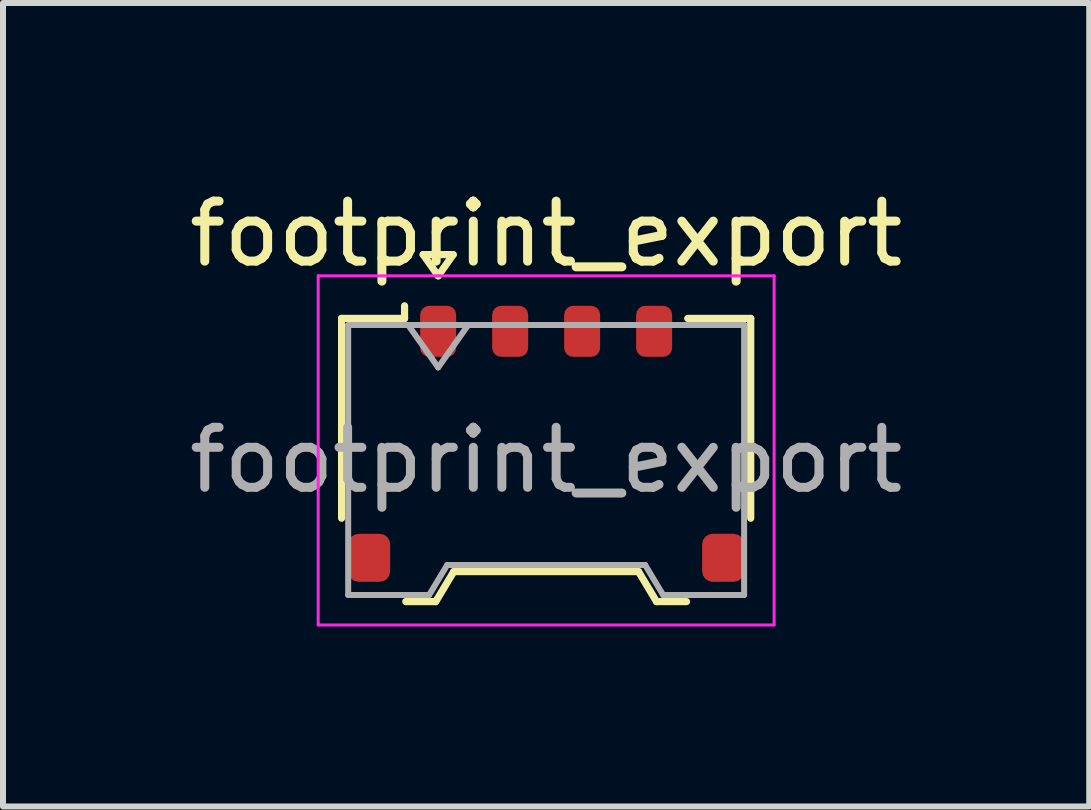
<source format=kicad_pcb>
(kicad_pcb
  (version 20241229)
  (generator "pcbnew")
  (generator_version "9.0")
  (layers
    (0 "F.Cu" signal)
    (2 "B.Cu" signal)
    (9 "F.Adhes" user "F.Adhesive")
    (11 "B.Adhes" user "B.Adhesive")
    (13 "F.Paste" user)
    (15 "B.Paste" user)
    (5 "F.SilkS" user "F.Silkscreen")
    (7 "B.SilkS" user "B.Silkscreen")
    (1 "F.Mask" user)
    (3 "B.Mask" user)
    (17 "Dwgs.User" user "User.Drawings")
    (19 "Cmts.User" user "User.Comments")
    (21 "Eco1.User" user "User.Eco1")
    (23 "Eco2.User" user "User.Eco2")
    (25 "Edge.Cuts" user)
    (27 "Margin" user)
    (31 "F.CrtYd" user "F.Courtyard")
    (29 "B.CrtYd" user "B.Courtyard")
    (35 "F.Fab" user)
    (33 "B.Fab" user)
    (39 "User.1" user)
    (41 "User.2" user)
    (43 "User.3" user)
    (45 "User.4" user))
  (footprint "footprint_export"
    (layer "F.Cu")
    (at 6.054 4.348)
    (property "Reference" "footprint_export" (at 0 -3.5 0) (layer "F.SilkS") (effects (font (size 1 1) (thickness 0.15))))
    (attr smd)
    (fp_line (start -3.41 -2.09) (end -2.36 -2.09) (stroke (width 0.12) (type solid)) (layer "F.SilkS"))
    (fp_line (start -3.41 1.24) (end -3.41 -2.09) (stroke (width 0.12) (type solid)) (layer "F.SilkS"))
    (fp_line (start -2.36 -2.09) (end -2.36 -2.3) (stroke (width 0.12) (type solid)) (layer "F.SilkS"))
    (fp_line (start -2.34 2.63) (end -1.84 2.63) (stroke (width 0.12) (type solid)) (layer "F.SilkS"))
    (fp_line (start -2.05 -3.154) (end -1.8 -2.8) (stroke (width 0.12) (type solid)) (layer "F.SilkS"))
    (fp_line (start -1.84 2.63) (end -1.54 2.13) (stroke (width 0.12) (type solid)) (layer "F.SilkS"))
    (fp_line (start -1.8 -2.8) (end -1.55 -3.154) (stroke (width 0.12) (type solid)) (layer "F.SilkS"))
    (fp_line (start -1.55 -3.154) (end -2.05 -3.154) (stroke (width 0.12) (type solid)) (layer "F.SilkS"))
    (fp_line (start -1.54 2.13) (end 1.54 2.13) (stroke (width 0.12) (type solid)) (layer "F.SilkS"))
    (fp_line (start 1.54 2.13) (end 1.84 2.63) (stroke (width 0.12) (type solid)) (layer "F.SilkS"))
    (fp_line (start 1.84 2.63) (end 2.34 2.63) (stroke (width 0.12) (type solid)) (layer "F.SilkS"))
    (fp_line (start 3.41 -2.09) (end 2.36 -2.09) (stroke (width 0.12) (type solid)) (layer "F.SilkS"))
    (fp_line (start 3.41 1.24) (end 3.41 -2.09) (stroke (width 0.12) (type solid)) (layer "F.SilkS"))
    (fp_line (start -3.8 -2.8) (end -3.8 3.02) (stroke (width 0.05) (type solid)) (layer "F.CrtYd"))
    (fp_line (start -3.8 3.02) (end 3.8 3.02) (stroke (width 0.05) (type solid)) (layer "F.CrtYd"))
    (fp_line (start 3.8 -2.8) (end -3.8 -2.8) (stroke (width 0.05) (type solid)) (layer "F.CrtYd"))
    (fp_line (start 3.8 3.02) (end 3.8 -2.8) (stroke (width 0.05) (type solid)) (layer "F.CrtYd"))
    (fp_line (start -3.3 -1.98) (end -3.3 2.52) (stroke (width 0.1) (type solid)) (layer "F.Fab"))
    (fp_line (start -3.3 -1.98) (end 3.3 -1.98) (stroke (width 0.1) (type solid)) (layer "F.Fab"))
    (fp_line (start -3.3 2.52) (end -1.95 2.52) (stroke (width 0.1) (type solid)) (layer "F.Fab"))
    (fp_line (start -2.3 -1.98) (end -1.8 -1.273) (stroke (width 0.1) (type solid)) (layer "F.Fab"))
    (fp_line (start -1.95 2.52) (end -1.65 2.02) (stroke (width 0.1) (type solid)) (layer "F.Fab"))
    (fp_line (start -1.8 -1.273) (end -1.3 -1.98) (stroke (width 0.1) (type solid)) (layer "F.Fab"))
    (fp_line (start -1.65 2.02) (end 1.65 2.02) (stroke (width 0.1) (type solid)) (layer "F.Fab"))
    (fp_line (start 1.65 2.02) (end 1.95 2.52) (stroke (width 0.1) (type solid)) (layer "F.Fab"))
    (fp_line (start 1.95 2.52) (end 3.3 2.52) (stroke (width 0.1) (type solid)) (layer "F.Fab"))
    (fp_line (start 3.3 -1.98) (end 3.3 2.52) (stroke (width 0.1) (type solid)) (layer "F.Fab"))
    (fp_text user "${REFERENCE}" (at 0 0.27 0) (layer "F.Fab") (effects (font (size 1 1) (thickness 0.15))))
    (pad "1" smd roundrect (at -1.8 -1.875) (size 0.6 0.85) (layers "F.Cu" "F.Mask" "F.Paste") (roundrect_rratio 0.25))
    (pad "2" smd roundrect (at -0.6 -1.875) (size 0.6 0.85) (layers "F.Cu" "F.Mask" "F.Paste") (roundrect_rratio 0.25))
    (pad "3" smd roundrect (at 0.6 -1.875) (size 0.6 0.85) (layers "F.Cu" "F.Mask" "F.Paste") (roundrect_rratio 0.25))
    (pad "4" smd roundrect (at 1.8 -1.875) (size 0.6 0.85) (layers "F.Cu" "F.Mask" "F.Paste") (roundrect_rratio 0.25))
    (pad "MP" smd roundrect (at -2.95 1.9) (size 0.7 0.8) (layers "F.Cu" "F.Mask" "F.Paste") (roundrect_rratio 0.25))
    (pad "MP" smd roundrect (at 2.95 1.9) (size 0.7 0.8) (layers "F.Cu" "F.Mask" "F.Paste") (roundrect_rratio 0.25)))
  (gr_rect
    (start -3 -3)
    (end 15.107 10.393)
    (stroke (width 0.1) (type default))
    (fill no)
    (layer "Edge.Cuts")))
</source>
